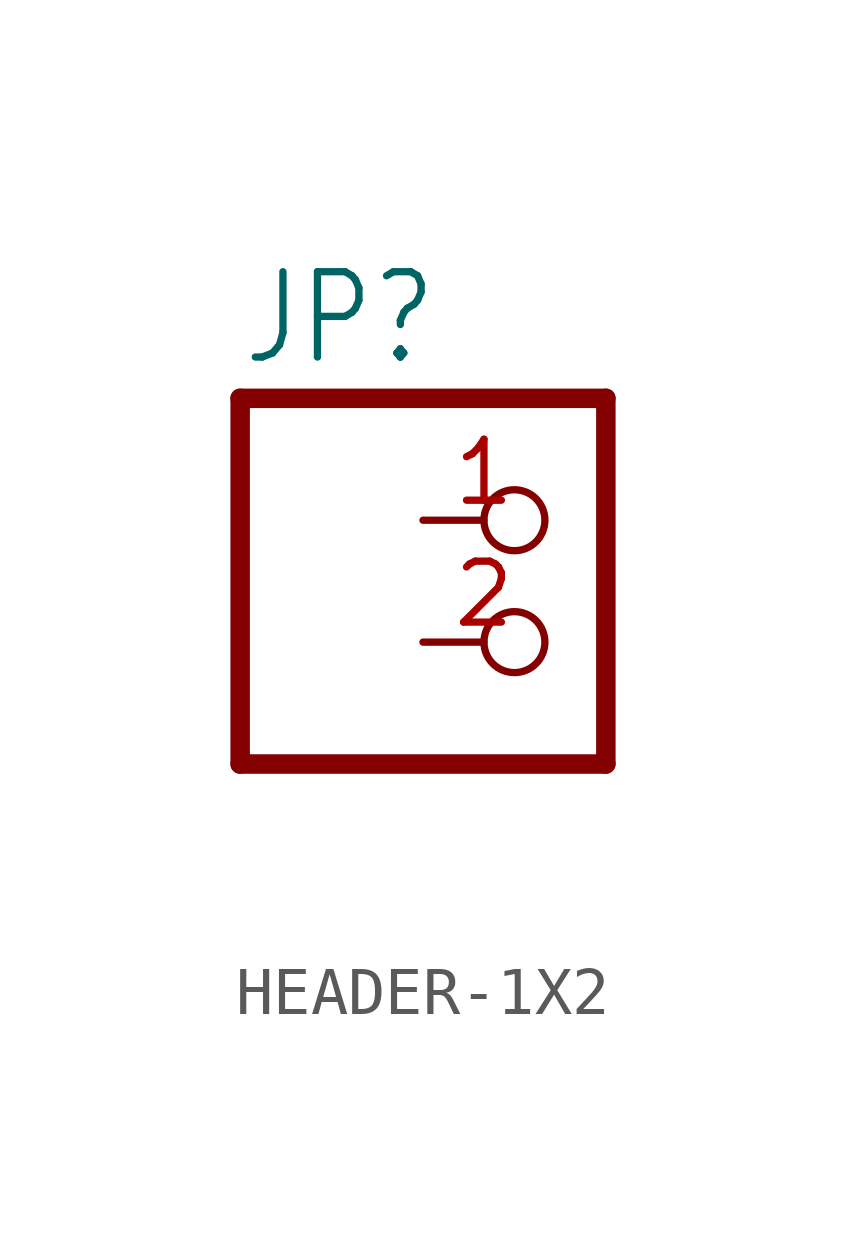
<source format=kicad_sym>
(kicad_symbol_lib
  (version 20231120)
  (generator "kicad_symbol_editor")
  (generator_version "8.0")
  (symbol "HEADER-1X2"
    (property "Reference" "JP"
      (at -6.35 5.715 0)
      (effects (font (size 1.778 1.511)) (justify left bottom)))
    (property "Value" ""
      (at -6.35 -5.08 0)
      (effects (font (size 1.778 1.511)) (justify left bottom)))
    (property "ki_locked" ""
      (at 0 0 0)
      (effects (font (size 1.27 1.27))))
    (symbol "HEADER-1X2_1_0"
      (polyline (pts (xy -6.35 -2.54) (xy 1.27 -2.54)) (stroke (width 0.406) (type solid)) (fill (type none)))
      (polyline (pts (xy -6.35 5.08) (xy -6.35 -2.54)) (stroke (width 0.406) (type solid)) (fill (type none)))
      (polyline (pts (xy 1.27 -2.54) (xy 1.27 5.08)) (stroke (width 0.406) (type solid)) (fill (type none)))
      (polyline (pts (xy 1.27 5.08) (xy -6.35 5.08)) (stroke (width 0.406) (type solid)) (fill (type none)))
      (pin passive inverted (at -2.54 2.54 0) (length 2.54) (name "1" (effects (font (size 0 0)))) (number "1" (effects (font (size 1.27 1.27)))))
      (pin passive inverted (at -2.54 0 0) (length 2.54) (name "2" (effects (font (size 0 0)))) (number "2" (effects (font (size 1.27 1.27))))))))
</source>
